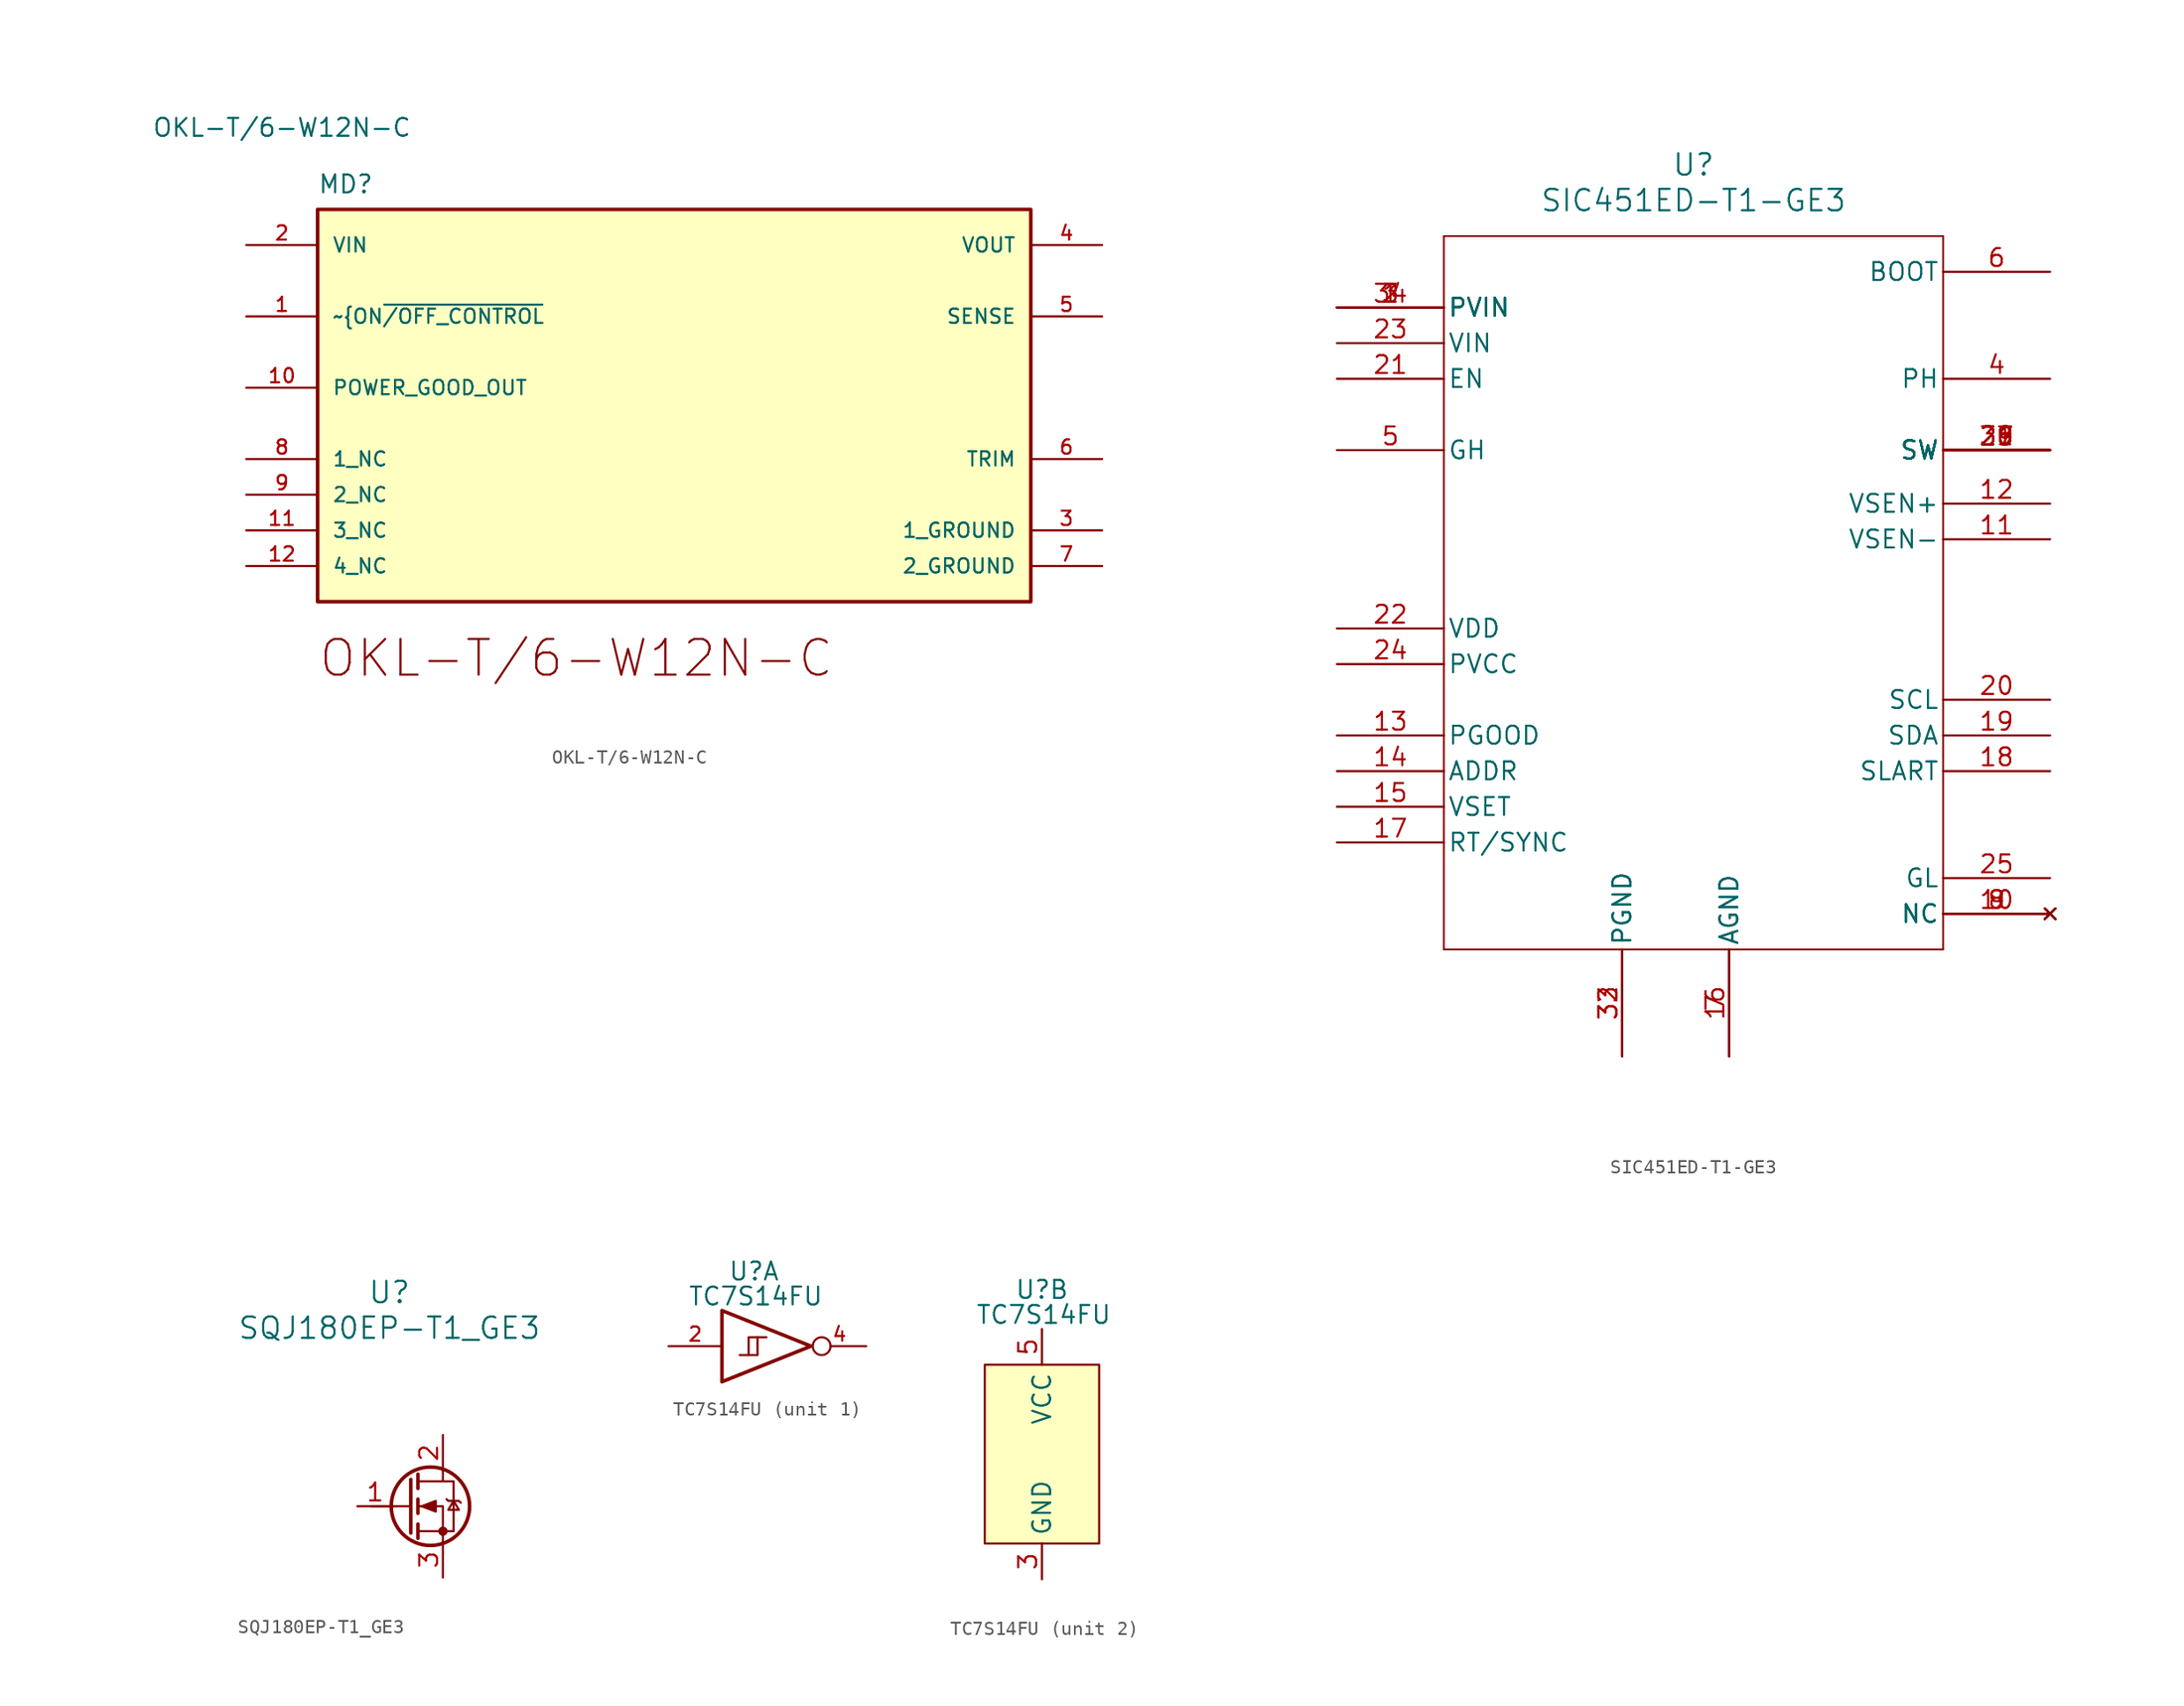
<source format=kicad_sym>
(kicad_symbol_lib
  (version 20231120)
  (generator "kicad_symbol_editor")
  (generator_version "8.0")
  (symbol "OKL-T/6-W12N-C"
    (pin_names
      (offset 1.016))
    (property "Reference" "MD"
      (at 2.54 -2.54 0)
      (effects (font (size 1.27 1.27)) (justify left top)))
    (property "Value" "OKL-T{slash}6-W12N-C"
      (at 0 0 0)
      (effects (font (size 1.27 1.27)) (justify bottom)))
    (symbol "OKL-T/6-W12N-C_0_0"
      (rectangle (start 2.54 -33.02) (end 53.34 -5.08) (stroke (width 0.254) (type default)) (fill (type background)))
      (text "OKL-T/6-W12N-C" (at 2.54 -35.56 0) (effects (font (size 2.54 2.54)) (justify left top)))
      (pin bidirectional line (at -2.54 -12.7 0) (length 5.08) (name "~{ON~{/OFF_CONTROL}" (effects (font (size 1.016 1.016)))) (number "1" (effects (font (size 1.016 1.016)))))
      (pin open_collector line (at -2.54 -17.78 0) (length 5.08) (name "POWER_GOOD_OUT" (effects (font (size 1.016 1.016)))) (number "10" (effects (font (size 1.016 1.016)))))
      (pin passive line (at -2.54 -27.94 0) (length 5.08) (name "3_NC" (effects (font (size 1.016 1.016)))) (number "11" (effects (font (size 1.016 1.016)))))
      (pin passive line (at -2.54 -30.48 0) (length 5.08) (name "4_NC" (effects (font (size 1.016 1.016)))) (number "12" (effects (font (size 1.016 1.016)))))
      (pin bidirectional line (at -2.54 -7.62 0) (length 5.08) (name "VIN" (effects (font (size 1.016 1.016)))) (number "2" (effects (font (size 1.016 1.016)))))
      (pin power_in line (at 58.42 -27.94 180) (length 5.08) (name "1_GROUND" (effects (font (size 1.016 1.016)))) (number "3" (effects (font (size 1.016 1.016)))))
      (pin bidirectional line (at 58.42 -7.62 180) (length 5.08) (name "VOUT" (effects (font (size 1.016 1.016)))) (number "4" (effects (font (size 1.016 1.016)))))
      (pin passive line (at 58.42 -12.7 180) (length 5.08) (name "SENSE" (effects (font (size 1.016 1.016)))) (number "5" (effects (font (size 1.016 1.016)))))
      (pin passive line (at 58.42 -22.86 180) (length 5.08) (name "TRIM" (effects (font (size 1.016 1.016)))) (number "6" (effects (font (size 1.016 1.016)))))
      (pin power_in line (at 58.42 -30.48 180) (length 5.08) (name "2_GROUND" (effects (font (size 1.016 1.016)))) (number "7" (effects (font (size 1.016 1.016)))))
      (pin passive line (at -2.54 -22.86 0) (length 5.08) (name "1_NC" (effects (font (size 1.016 1.016)))) (number "8" (effects (font (size 1.016 1.016)))))
      (pin passive line (at -2.54 -25.4 0) (length 5.08) (name "2_NC" (effects (font (size 1.016 1.016)))) (number "9" (effects (font (size 1.016 1.016)))))))
  (symbol "SIC451ED-T1-GE3"
    (pin_names
      (offset 0.254))
    (property "Reference" "U"
      (at 25.4 10.16 0)
      (effects (font (size 1.524 1.524))))
    (property "Value" "SIC451ED-T1-GE3"
      (at 25.4 7.62 0)
      (effects (font (size 1.524 1.524))))
    (property "ki_locked" ""
      (at 0 0 0)
      (effects (font (size 1.27 1.27))))
    (symbol "SIC451ED-T1-GE3_0_1"
      (polyline (pts (xy 7.62 -45.72) (xy 43.18 -45.72)) (stroke (width 0.127) (type default)) (fill (type none)))
      (polyline (pts (xy 7.62 5.08) (xy 7.62 -45.72)) (stroke (width 0.127) (type default)) (fill (type none)))
      (polyline (pts (xy 43.18 -45.72) (xy 43.18 5.08)) (stroke (width 0.127) (type default)) (fill (type none)))
      (polyline (pts (xy 43.18 5.08) (xy 7.62 5.08)) (stroke (width 0.127) (type default)) (fill (type none)))
      (pin power_in line (at 0 0 0) (length 7.62) (name "PVIN" (effects (font (size 1.27 1.27)))) (number "1" (effects (font (size 1.27 1.27)))))
      (pin no_connect line (at 50.8 -43.18 180) (length 7.62) (name "NC" (effects (font (size 1.27 1.27)))) (number "10" (effects (font (size 1.27 1.27)))))
      (pin input line (at 50.8 -16.51 180) (length 7.62) (name "VSEN-" (effects (font (size 1.27 1.27)))) (number "11" (effects (font (size 1.27 1.27)))))
      (pin input line (at 50.8 -13.97 180) (length 7.62) (name "VSEN+" (effects (font (size 1.27 1.27)))) (number "12" (effects (font (size 1.27 1.27)))))
      (pin output line (at 0 -30.48 0) (length 7.62) (name "PGOOD" (effects (font (size 1.27 1.27)))) (number "13" (effects (font (size 1.27 1.27)))))
      (pin input line (at 0 -33.02 0) (length 7.62) (name "ADDR" (effects (font (size 1.27 1.27)))) (number "14" (effects (font (size 1.27 1.27)))))
      (pin input line (at 0 -35.56 0) (length 7.62) (name "VSET" (effects (font (size 1.27 1.27)))) (number "15" (effects (font (size 1.27 1.27)))))
      (pin power_out line (at 27.94 -53.34 90) (length 7.62) (name "AGND" (effects (font (size 1.27 1.27)))) (number "16" (effects (font (size 1.27 1.27)))))
      (pin input line (at 0 -38.1 0) (length 7.62) (name "RT/SYNC" (effects (font (size 1.27 1.27)))) (number "17" (effects (font (size 1.27 1.27)))))
      (pin unspecified line (at 50.8 -33.02 180) (length 7.62) (name "SLART" (effects (font (size 1.27 1.27)))) (number "18" (effects (font (size 1.27 1.27)))))
      (pin bidirectional line (at 50.8 -30.48 180) (length 7.62) (name "SDA" (effects (font (size 1.27 1.27)))) (number "19" (effects (font (size 1.27 1.27)))))
      (pin power_in line (at 0 0 0) (length 7.62) (name "PVIN" (effects (font (size 1.27 1.27)))) (number "2" (effects (font (size 1.27 1.27)))))
      (pin input line (at 50.8 -27.94 180) (length 7.62) (name "SCL" (effects (font (size 1.27 1.27)))) (number "20" (effects (font (size 1.27 1.27)))))
      (pin input line (at 0 -5.08 0) (length 7.62) (name "EN" (effects (font (size 1.27 1.27)))) (number "21" (effects (font (size 1.27 1.27)))))
      (pin power_in line (at 0 -22.86 0) (length 7.62) (name "VDD" (effects (font (size 1.27 1.27)))) (number "22" (effects (font (size 1.27 1.27)))))
      (pin power_in line (at 0 -2.54 0) (length 7.62) (name "VIN" (effects (font (size 1.27 1.27)))) (number "23" (effects (font (size 1.27 1.27)))))
      (pin power_in line (at 0 -25.4 0) (length 7.62) (name "PVCC" (effects (font (size 1.27 1.27)))) (number "24" (effects (font (size 1.27 1.27)))))
      (pin unspecified line (at 50.8 -40.64 180) (length 7.62) (name "GL" (effects (font (size 1.27 1.27)))) (number "25" (effects (font (size 1.27 1.27)))))
      (pin unspecified line (at 50.8 -10.16 180) (length 7.62) (name "SW" (effects (font (size 1.27 1.27)))) (number "26" (effects (font (size 1.27 1.27)))))
      (pin unspecified line (at 50.8 -10.16 180) (length 7.62) (name "SW" (effects (font (size 1.27 1.27)))) (number "27" (effects (font (size 1.27 1.27)))))
      (pin unspecified line (at 50.8 -10.16 180) (length 7.62) (name "SW" (effects (font (size 1.27 1.27)))) (number "28" (effects (font (size 1.27 1.27)))))
      (pin unspecified line (at 50.8 -10.16 180) (length 7.62) (name "SW" (effects (font (size 1.27 1.27)))) (number "29" (effects (font (size 1.27 1.27)))))
      (pin power_in line (at 0 0 0) (length 7.62) (name "PVIN" (effects (font (size 1.27 1.27)))) (number "3" (effects (font (size 1.27 1.27)))))
      (pin unspecified line (at 50.8 -10.16 180) (length 7.62) (name "SW" (effects (font (size 1.27 1.27)))) (number "30" (effects (font (size 1.27 1.27)))))
      (pin unspecified line (at 50.8 -10.16 180) (length 7.62) (name "SW" (effects (font (size 1.27 1.27)))) (number "31" (effects (font (size 1.27 1.27)))))
      (pin power_out line (at 20.32 -53.34 90) (length 7.62) (name "PGND" (effects (font (size 1.27 1.27)))) (number "32" (effects (font (size 1.27 1.27)))))
      (pin power_out line (at 20.32 -53.34 90) (length 7.62) (name "PGND" (effects (font (size 1.27 1.27)))) (number "33" (effects (font (size 1.27 1.27)))))
      (pin power_in line (at 0 0 0) (length 7.62) (name "PVIN" (effects (font (size 1.27 1.27)))) (number "34" (effects (font (size 1.27 1.27)))))
      (pin power_in line (at 50.8 -5.08 180) (length 7.62) (name "PH" (effects (font (size 1.27 1.27)))) (number "4" (effects (font (size 1.27 1.27)))))
      (pin power_in line (at 0 -10.16 0) (length 7.62) (name "GH" (effects (font (size 1.27 1.27)))) (number "5" (effects (font (size 1.27 1.27)))))
      (pin power_in line (at 50.8 2.54 180) (length 7.62) (name "BOOT" (effects (font (size 1.27 1.27)))) (number "6" (effects (font (size 1.27 1.27)))))
      (pin power_out line (at 27.94 -53.34 90) (length 7.62) (name "AGND" (effects (font (size 1.27 1.27)))) (number "7" (effects (font (size 1.27 1.27)))))
      (pin no_connect line (at 50.8 -43.18 180) (length 7.62) (name "NC" (effects (font (size 1.27 1.27)))) (number "8" (effects (font (size 1.27 1.27)))))
      (pin no_connect line (at 50.8 -43.18 180) (length 7.62) (name "NC" (effects (font (size 1.27 1.27)))) (number "9" (effects (font (size 1.27 1.27)))))))
  (symbol "SQJ180EP-T1_GE3"
    (pin_names
      (offset 0.254))
    (property "Reference" "U"
      (at 20.32 15.24 0)
      (effects (font (size 1.524 1.524))))
    (property "Value" "SQJ180EP-T1_GE3"
      (at 20.32 12.7 0)
      (effects (font (size 1.524 1.524))))
    (property "Datasheet" ""
      (at 0 0 0)
      (effects (font (size 1.524 1.524))))
    (property "ki_locked" ""
      (at 0 0 0)
      (effects (font (size 1.27 1.27))))
    (symbol "SQJ180EP-T1_GE3_0_1"
      (polyline (pts (xy 21.844 0) (xy 19.05 0)) (stroke (width 0) (type default)) (fill (type none)))
      (polyline (pts (xy 21.844 1.905) (xy 21.844 -1.905)) (stroke (width 0.254) (type default)) (fill (type none)))
      (polyline (pts (xy 22.352 -1.27) (xy 22.352 -2.286)) (stroke (width 0.254) (type default)) (fill (type none)))
      (polyline (pts (xy 22.352 0.508) (xy 22.352 -0.508)) (stroke (width 0.254) (type default)) (fill (type none)))
      (polyline (pts (xy 22.352 2.286) (xy 22.352 1.27)) (stroke (width 0.254) (type default)) (fill (type none)))
      (polyline (pts (xy 24.13 2.54) (xy 24.13 1.778)) (stroke (width 0) (type default)) (fill (type none)))
      (polyline (pts (xy 24.13 -2.54) (xy 24.13 0) (xy 22.352 0)) (stroke (width 0) (type default)) (fill (type none)))
      (polyline (pts (xy 22.352 -1.778) (xy 24.892 -1.778) (xy 24.892 1.778) (xy 22.352 1.778)) (stroke (width 0) (type default)) (fill (type none)))
      (polyline (pts (xy 22.606 0) (xy 23.622 0.381) (xy 23.622 -0.381) (xy 22.606 0)) (stroke (width 0) (type default)) (fill (type outline)))
      (polyline (pts (xy 24.384 0.508) (xy 24.511 0.381) (xy 25.273 0.381) (xy 25.4 0.254)) (stroke (width 0) (type default)) (fill (type none)))
      (polyline (pts (xy 24.892 0.381) (xy 24.511 -0.254) (xy 25.273 -0.254) (xy 24.892 0.381)) (stroke (width 0) (type default)) (fill (type none)))
      (circle (center 23.241 0) (radius 2.794) (stroke (width 0.254) (type default)) (fill (type none)))
      (circle (center 24.13 -1.778) (radius 0.254) (stroke (width 0) (type default)) (fill (type outline))))
    (symbol "SQJ180EP-T1_GE3_1_1"
      (pin input line (at 18.034 0 0) (length 2.54) (name "~" (effects (font (size 1.27 1.27)))) (number "1" (effects (font (size 1.27 1.27)))))
      (pin passive line (at 24.13 5.08 270) (length 2.54) (name "~" (effects (font (size 1.27 1.27)))) (number "2" (effects (font (size 1.27 1.27)))))
      (pin passive line (at 24.13 -5.08 90) (length 2.54) (name "~" (effects (font (size 1.27 1.27)))) (number "3" (effects (font (size 1.27 1.27)))))))
  (symbol "TC7S14FU"
    (property "Reference" "U"
      (at 0 5.334 0)
      (effects (font (size 1.27 1.27))))
    (property "Value" "TC7S14FU"
      (at 0.127 3.556 0)
      (effects (font (size 1.27 1.27))))
    (property "ki_locked" ""
      (at 0 0 0)
      (effects (font (size 1.27 1.27))))
    (symbol "TC7S14FU_1_1"
      (polyline (pts (xy -0.381 -0.635) (xy 0.254 -0.635) (xy 0.254 0.635)) (stroke (width 0) (type default)) (fill (type none)))
      (polyline (pts (xy -2.286 2.54) (xy -2.286 -2.54) (xy 4.064 0) (xy -2.286 2.54)) (stroke (width 0.254) (type default)) (fill (type none)))
      (polyline (pts (xy -1.016 -0.635) (xy -0.381 -0.635) (xy -0.381 0.635) (xy 0.889 0.635)) (stroke (width 0) (type default)) (fill (type none)))
      (pin input line (at -6.096 0 0) (length 3.81) (name "~" (effects (font (size 1.016 1.016)))) (number "2" (effects (font (size 1.016 1.016)))))
      (pin output inverted (at 8.001 0 180) (length 3.81) (name "~" (effects (font (size 1.016 1.016)))) (number "4" (effects (font (size 1.016 1.016))))))
    (symbol "TC7S14FU_2_1"
      (rectangle (start -4.064 0) (end 4.064 -12.7) (stroke (width 0) (type default)) (fill (type background)))
      (pin power_in line (at 0 -15.24 90) (length 2.54) (name "GND" (effects (font (size 1.27 1.27)))) (number "3" (effects (font (size 1.27 1.27)))))
      (pin power_in line (at 0 2.54 270) (length 2.54) (name "VCC" (effects (font (size 1.27 1.27)))) (number "5" (effects (font (size 1.27 1.27))))))))
</source>
